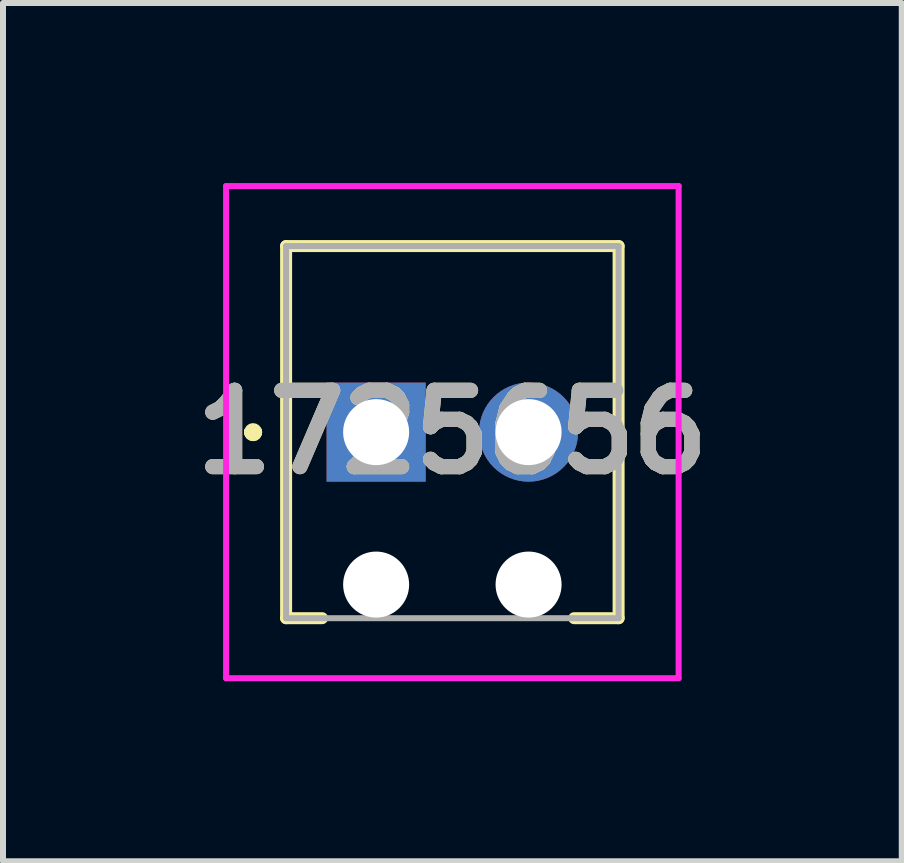
<source format=kicad_pcb>
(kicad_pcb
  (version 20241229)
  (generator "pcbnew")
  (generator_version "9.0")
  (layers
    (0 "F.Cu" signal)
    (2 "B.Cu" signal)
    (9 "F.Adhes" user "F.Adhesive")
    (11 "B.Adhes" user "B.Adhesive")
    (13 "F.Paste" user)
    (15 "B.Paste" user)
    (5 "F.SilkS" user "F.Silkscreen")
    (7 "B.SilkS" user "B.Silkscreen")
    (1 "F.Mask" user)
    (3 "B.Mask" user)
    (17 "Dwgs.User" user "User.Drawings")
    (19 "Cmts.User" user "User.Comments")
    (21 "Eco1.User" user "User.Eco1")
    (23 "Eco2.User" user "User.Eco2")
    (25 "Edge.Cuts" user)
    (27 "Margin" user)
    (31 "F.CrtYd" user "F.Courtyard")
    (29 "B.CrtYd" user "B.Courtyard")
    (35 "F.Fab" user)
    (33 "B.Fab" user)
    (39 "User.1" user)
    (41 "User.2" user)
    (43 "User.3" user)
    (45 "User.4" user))
  (footprint "1725656"
    (layer "F.Cu")
    (at 3.217 4.15)
    (property "Reference" "1725656" (at 1.27 0 0) (layer "F.SilkS") (effects (font (size 1.27 1.27) (thickness 0.254))))
    (attr through_hole)
    (fp_line (start -2.1 0) (end -2.1 0) (stroke (width 0.2) (type solid)) (layer "F.SilkS"))
    (fp_line (start -2.1 0) (end -2.1 0) (stroke (width 0.2) (type solid)) (layer "F.SilkS"))
    (fp_line (start -2 0) (end -2 0) (stroke (width 0.2) (type solid)) (layer "F.SilkS"))
    (fp_line (start -1.5 -3.1) (end 4.04 -3.1) (stroke (width 0.2) (type solid)) (layer "F.SilkS"))
    (fp_line (start -1.5 3.1) (end -1.5 -3.1) (stroke (width 0.2) (type solid)) (layer "F.SilkS"))
    (fp_line (start -0.9 3.1) (end -1.5 3.1) (stroke (width 0.2) (type solid)) (layer "F.SilkS"))
    (fp_line (start 4.04 -3.1) (end 4.04 3.1) (stroke (width 0.2) (type solid)) (layer "F.SilkS"))
    (fp_line (start 4.04 3.1) (end 3.3 3.1) (stroke (width 0.2) (type solid)) (layer "F.SilkS"))
    (fp_arc (start -2.1 0) (mid -2.05 -0.05) (end -2 0) (stroke (width 0.2) (type solid)) (layer "F.SilkS"))
    (fp_arc (start -2 0) (mid -2.05 0.05) (end -2.1 0) (stroke (width 0.2) (type solid)) (layer "F.SilkS"))
    (fp_arc (start -2 0) (mid -2.05 0.05) (end -2.1 0) (stroke (width 0.2) (type solid)) (layer "F.SilkS"))
    (fp_line (start -2.5 -4.1) (end 5.04 -4.1) (stroke (width 0.1) (type solid)) (layer "F.CrtYd"))
    (fp_line (start -2.5 4.1) (end -2.5 -4.1) (stroke (width 0.1) (type solid)) (layer "F.CrtYd"))
    (fp_line (start 5.04 -4.1) (end 5.04 4.1) (stroke (width 0.1) (type solid)) (layer "F.CrtYd"))
    (fp_line (start 5.04 4.1) (end -2.5 4.1) (stroke (width 0.1) (type solid)) (layer "F.CrtYd"))
    (fp_line (start -1.5 -3.1) (end -1.5 3.1) (stroke (width 0.1) (type solid)) (layer "F.Fab"))
    (fp_line (start -1.5 3.1) (end 4.04 3.1) (stroke (width 0.1) (type solid)) (layer "F.Fab"))
    (fp_line (start 4.04 -3.1) (end -1.5 -3.1) (stroke (width 0.1) (type solid)) (layer "F.Fab"))
    (fp_line (start 4.04 3.1) (end 4.04 -3.1) (stroke (width 0.1) (type solid)) (layer "F.Fab"))
    (fp_text user "${REFERENCE}" (at 1.27 0 0) (layer "F.Fab") (effects (font (size 1.27 1.27) (thickness 0.254))))
    (pad "" np_thru_hole circle (at 0 2.54) (size 1.1 1.1) (drill 1.1) (layers "*.Cu" "*.Mask"))
    (pad "" np_thru_hole circle (at 2.54 2.54) (size 1.1 1.1) (drill 1.1) (layers "*.Cu" "*.Mask"))
    (pad "1" thru_hole rect (at 0 0) (size 1.65 1.65) (drill 1.1) (layers "*.Cu" "*.Mask"))
    (pad "2" thru_hole circle (at 2.54 0) (size 1.65 1.65) (drill 1.1) (layers "*.Cu" "*.Mask")))
  (gr_rect
    (start -3 -3)
    (end 11.975 11.3)
    (stroke (width 0.1) (type default))
    (fill no)
    (layer "Edge.Cuts")))
</source>
